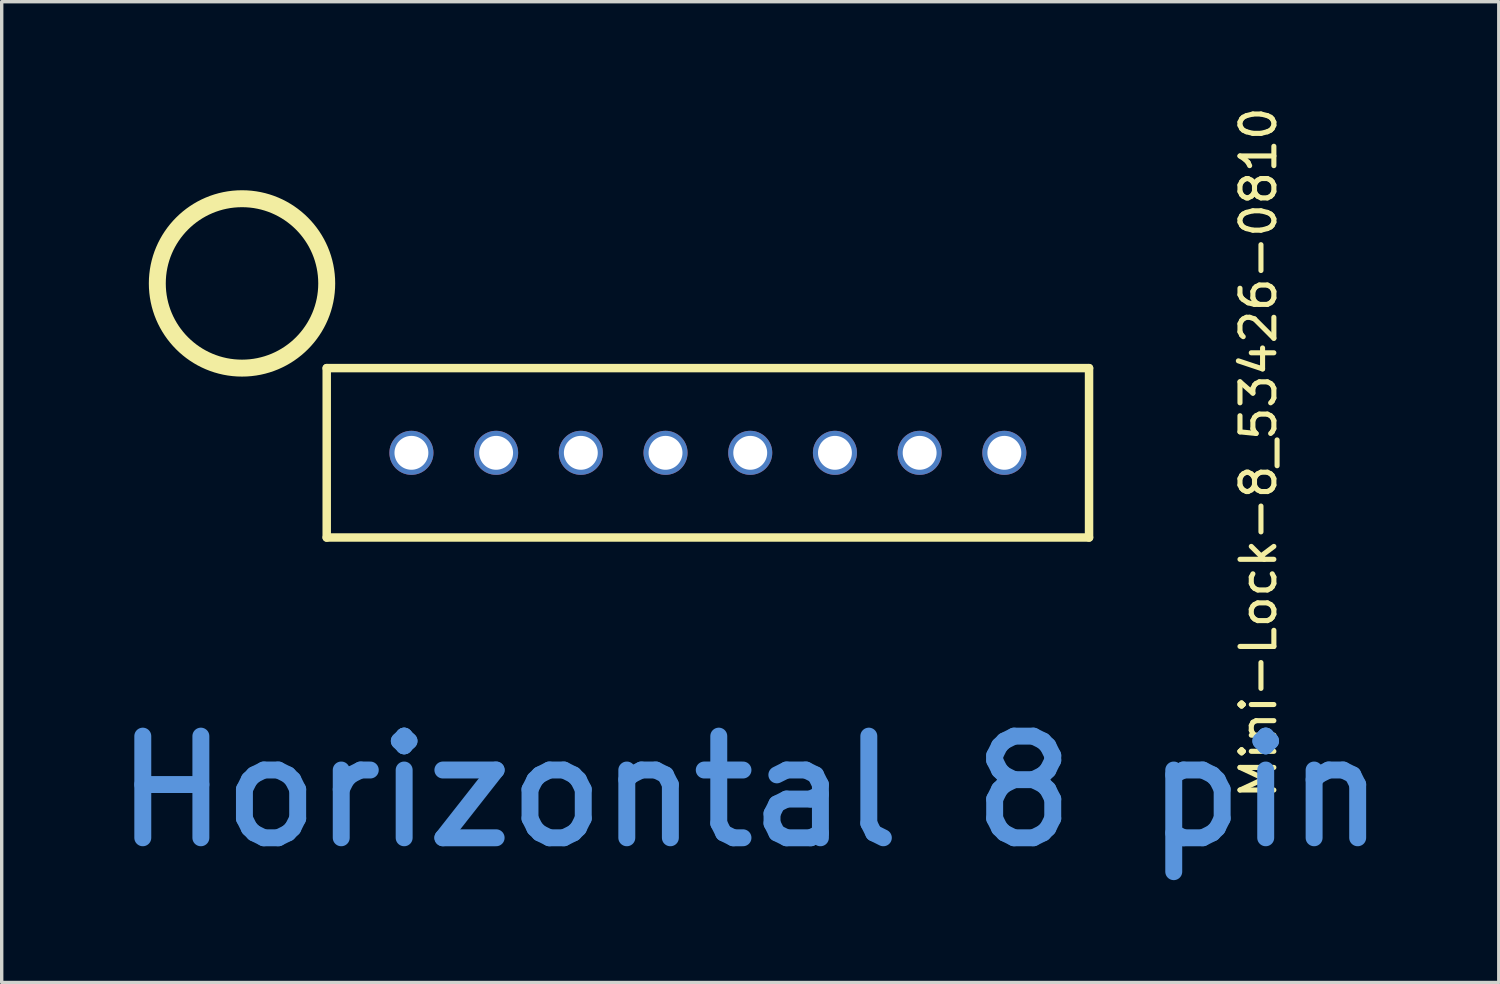
<source format=kicad_pcb>
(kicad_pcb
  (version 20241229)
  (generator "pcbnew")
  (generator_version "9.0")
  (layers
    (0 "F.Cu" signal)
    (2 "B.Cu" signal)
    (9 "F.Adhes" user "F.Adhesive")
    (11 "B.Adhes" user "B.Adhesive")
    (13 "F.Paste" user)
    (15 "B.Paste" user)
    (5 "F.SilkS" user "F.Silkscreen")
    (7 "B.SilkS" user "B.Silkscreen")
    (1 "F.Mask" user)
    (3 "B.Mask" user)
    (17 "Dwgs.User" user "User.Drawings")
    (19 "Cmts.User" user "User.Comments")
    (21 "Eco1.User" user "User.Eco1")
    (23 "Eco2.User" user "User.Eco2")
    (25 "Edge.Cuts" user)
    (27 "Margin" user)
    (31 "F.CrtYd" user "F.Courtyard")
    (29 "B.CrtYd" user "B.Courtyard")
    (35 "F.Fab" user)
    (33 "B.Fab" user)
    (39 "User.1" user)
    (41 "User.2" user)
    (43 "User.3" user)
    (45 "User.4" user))
  (footprint "Mini-Lock-8_53426-0810"
    (layer "F.Cu")
    (at 16.593 15.315)
    (property "Reference" "Mini-Lock-8_53426-0810" (at 17.5 -5 90) (layer "F.SilkS") (effects (font (size 1 1) (thickness 0.15))))
    (attr through_hole)
    (fp_line (start -10 -7.5) (end 12.5 -7.5) (stroke (width 0.25) (type solid)) (layer "F.SilkS"))
    (fp_line (start -10 -2.5) (end -10 -7.5) (stroke (width 0.25) (type solid)) (layer "F.SilkS"))
    (fp_line (start 12.5 -7.5) (end 12.5 -2.5) (stroke (width 0.25) (type solid)) (layer "F.SilkS"))
    (fp_line (start 12.5 -2.5) (end -10 -2.5) (stroke (width 0.25) (type solid)) (layer "F.SilkS"))
    (fp_circle (center -12.5 -10) (end -10 -10) (stroke (width 0.5) (type solid)) (fill no) (layer "F.SilkS"))
    (fp_text user "Horizontal 8 pin" (at 2.5 5 0) (layer "Cmts.User") (effects (font (size 3 3) (thickness 0.5))))
    (pad "1" thru_hole circle (at -7.5 -5) (size 1.3 1.3) (drill 1) (layers "*.Cu" "*.Mask"))
    (pad "2" thru_hole circle (at -5 -5) (size 1.3 1.3) (drill 1) (layers "*.Cu" "*.Mask"))
    (pad "3" thru_hole circle (at -2.5 -5) (size 1.3 1.3) (drill 1) (layers "*.Cu" "*.Mask"))
    (pad "4" thru_hole circle (at 0 -5) (size 1.3 1.3) (drill 1) (layers "*.Cu" "*.Mask"))
    (pad "5" thru_hole circle (at 2.5 -5) (size 1.3 1.3) (drill 1) (layers "*.Cu" "*.Mask"))
    (pad "6" thru_hole circle (at 5 -5) (size 1.3 1.3) (drill 1) (layers "*.Cu" "*.Mask"))
    (pad "7" thru_hole circle (at 7.5 -5) (size 1.3 1.3) (drill 1) (layers "*.Cu" "*.Mask"))
    (pad "8" thru_hole circle (at 10 -5) (size 1.3 1.3) (drill 1) (layers "*.Cu" "*.Mask")))
  (gr_rect
    (start -3 -3)
    (end 41.186 25.948)
    (stroke (width 0.1) (type default))
    (fill no)
    (layer "Edge.Cuts")))
</source>
